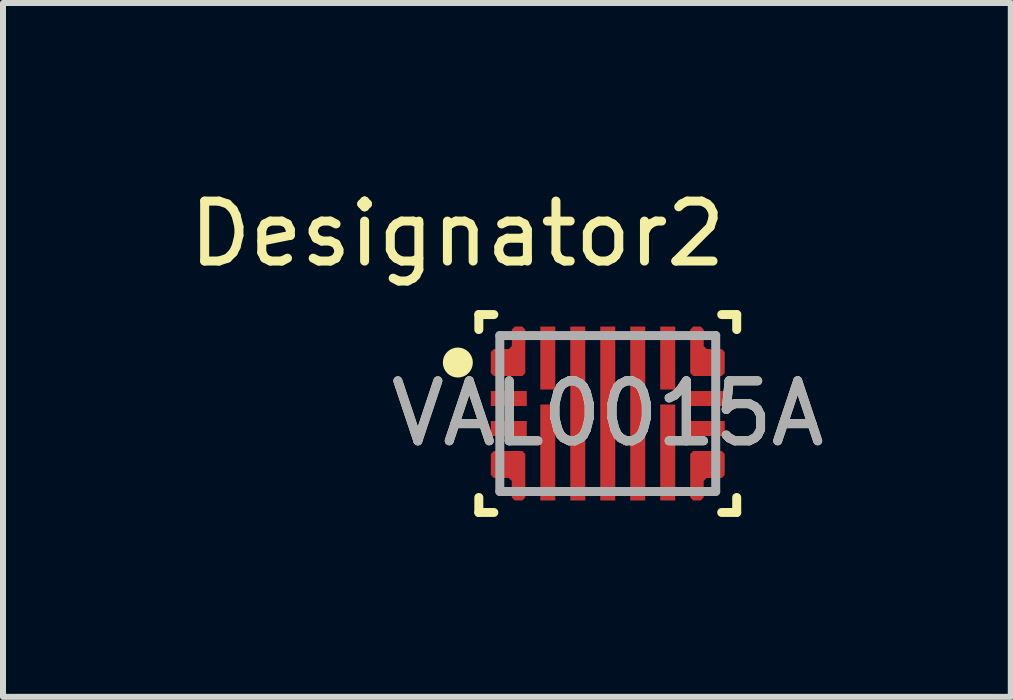
<source format=kicad_pcb>
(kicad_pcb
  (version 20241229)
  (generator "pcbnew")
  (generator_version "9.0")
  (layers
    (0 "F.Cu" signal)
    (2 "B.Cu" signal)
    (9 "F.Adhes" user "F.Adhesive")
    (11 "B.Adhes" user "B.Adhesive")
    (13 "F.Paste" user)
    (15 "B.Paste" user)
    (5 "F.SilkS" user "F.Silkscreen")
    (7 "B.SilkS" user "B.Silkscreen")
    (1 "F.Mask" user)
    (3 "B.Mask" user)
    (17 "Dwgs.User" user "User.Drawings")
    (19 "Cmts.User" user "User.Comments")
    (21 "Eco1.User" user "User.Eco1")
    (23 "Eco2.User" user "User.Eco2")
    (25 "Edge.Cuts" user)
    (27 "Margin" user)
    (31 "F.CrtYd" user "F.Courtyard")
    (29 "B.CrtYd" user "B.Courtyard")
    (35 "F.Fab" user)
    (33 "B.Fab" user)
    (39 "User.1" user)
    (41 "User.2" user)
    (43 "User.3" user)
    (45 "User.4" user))
  (footprint "VAL0015A"
    (layer "F.Cu")
    (at 7.084 3.845)
    (property "Reference" "VAL0015A" (at 0 0 0) (unlocked yes) (layer "F.SilkS") (effects (font (size 1 1) (thickness 0.15))))
    (attr smd)
    (fp_poly (pts (xy -1.9 -0.625) (xy -1.95 -0.675) (xy -1.95 -1.025) (xy -1.9 -1.075) (xy -1.65 -1.075) (xy -1.6 -1.125) (xy -1.6 -1.4) (xy -1.55 -1.45) (xy -1.425 -1.45) (xy -1.375 -1.4) (xy -1.375 -0.675) (xy -1.425 -0.625)) (stroke (width 0) (type solid)) (fill yes) (layer "F.Cu"))
    (fp_poly (pts (xy -1.9 0.625) (xy -1.95 0.675) (xy -1.95 1.025) (xy -1.9 1.075) (xy -1.65 1.075) (xy -1.6 1.125) (xy -1.6 1.4) (xy -1.55 1.45) (xy -1.425 1.45) (xy -1.375 1.4) (xy -1.375 0.675) (xy -1.425 0.625)) (stroke (width 0) (type solid)) (fill yes) (layer "F.Cu"))
    (fp_poly (pts (xy 1.9 -0.625) (xy 1.95 -0.675) (xy 1.95 -1.025) (xy 1.9 -1.075) (xy 1.65 -1.075) (xy 1.6 -1.125) (xy 1.6 -1.4) (xy 1.55 -1.45) (xy 1.425 -1.45) (xy 1.375 -1.4) (xy 1.375 -0.675) (xy 1.425 -0.625)) (stroke (width 0) (type solid)) (fill yes) (layer "F.Cu"))
    (fp_poly (pts (xy 1.9 0.625) (xy 1.95 0.675) (xy 1.95 1.025) (xy 1.9 1.075) (xy 1.65 1.075) (xy 1.6 1.125) (xy 1.6 1.4) (xy 1.55 1.45) (xy 1.425 1.45) (xy 1.375 1.4) (xy 1.375 0.675) (xy 1.425 0.625)) (stroke (width 0) (type solid)) (fill yes) (layer "F.Cu"))
    (fp_poly (pts (xy -1.9 -0.625) (xy -1.95 -0.675) (xy -1.95 -1.025) (xy -1.9 -1.075) (xy -1.65 -1.075) (xy -1.6 -1.125) (xy -1.6 -1.4) (xy -1.55 -1.45) (xy -1.425 -1.45) (xy -1.375 -1.4) (xy -1.375 -0.675) (xy -1.425 -0.625)) (stroke (width 0) (type solid)) (fill yes) (layer "F.Mask"))
    (fp_poly (pts (xy -1.9 0.625) (xy -1.95 0.675) (xy -1.95 1.025) (xy -1.9 1.075) (xy -1.65 1.075) (xy -1.6 1.125) (xy -1.6 1.4) (xy -1.55 1.45) (xy -1.425 1.45) (xy -1.375 1.4) (xy -1.375 0.675) (xy -1.425 0.625)) (stroke (width 0) (type solid)) (fill yes) (layer "F.Mask"))
    (fp_poly (pts (xy 1.9 -0.625) (xy 1.95 -0.675) (xy 1.95 -1.025) (xy 1.9 -1.075) (xy 1.65 -1.075) (xy 1.6 -1.125) (xy 1.6 -1.4) (xy 1.55 -1.45) (xy 1.425 -1.45) (xy 1.375 -1.4) (xy 1.375 -0.675) (xy 1.425 -0.625)) (stroke (width 0) (type solid)) (fill yes) (layer "F.Mask"))
    (fp_poly (pts (xy 1.9 0.625) (xy 1.95 0.675) (xy 1.95 1.025) (xy 1.9 1.075) (xy 1.65 1.075) (xy 1.6 1.125) (xy 1.6 1.4) (xy 1.55 1.45) (xy 1.425 1.45) (xy 1.375 1.4) (xy 1.375 0.675) (xy 1.425 0.625)) (stroke (width 0) (type solid)) (fill yes) (layer "F.Mask"))
    (fp_line (start -2.15 -1.65) (end -1.9 -1.65) (stroke (width 0.15) (type solid)) (layer "F.SilkS"))
    (fp_line (start -2.15 -1.4) (end -2.15 -1.65) (stroke (width 0.15) (type solid)) (layer "F.SilkS"))
    (fp_line (start -2.15 1.65) (end -2.15 1.4) (stroke (width 0.15) (type solid)) (layer "F.SilkS"))
    (fp_line (start -2.15 1.65) (end -1.9 1.65) (stroke (width 0.15) (type solid)) (layer "F.SilkS"))
    (fp_line (start 1.9 -1.65) (end 2.15 -1.65) (stroke (width 0.15) (type solid)) (layer "F.SilkS"))
    (fp_line (start 1.9 1.65) (end 2.15 1.65) (stroke (width 0.15) (type solid)) (layer "F.SilkS"))
    (fp_line (start 2.15 -1.4) (end 2.15 -1.65) (stroke (width 0.15) (type solid)) (layer "F.SilkS"))
    (fp_line (start 2.15 1.65) (end 2.15 1.4) (stroke (width 0.15) (type solid)) (layer "F.SilkS"))
    (fp_circle (center -2.5 -0.85) (end -2.375 -0.85) (stroke (width 0.25) (type solid)) (fill no) (layer "F.SilkS"))
    (fp_poly (pts (xy -1.9 -0.625) (xy -1.95 -0.675) (xy -1.95 -1.025) (xy -1.9 -1.075) (xy -1.65 -1.075) (xy -1.6 -1.125) (xy -1.6 -1.4) (xy -1.55 -1.45) (xy -1.425 -1.45) (xy -1.375 -1.4) (xy -1.375 -0.675) (xy -1.425 -0.625)) (stroke (width 0) (type solid)) (fill yes) (layer "F.Paste"))
    (fp_poly (pts (xy -1.9 0.625) (xy -1.95 0.675) (xy -1.95 1.025) (xy -1.9 1.075) (xy -1.65 1.075) (xy -1.6 1.125) (xy -1.6 1.4) (xy -1.55 1.45) (xy -1.425 1.45) (xy -1.375 1.4) (xy -1.375 0.675) (xy -1.425 0.625)) (stroke (width 0) (type solid)) (fill yes) (layer "F.Paste"))
    (fp_poly (pts (xy 1.9 -0.625) (xy 1.95 -0.675) (xy 1.95 -1.025) (xy 1.9 -1.075) (xy 1.65 -1.075) (xy 1.6 -1.125) (xy 1.6 -1.4) (xy 1.55 -1.45) (xy 1.425 -1.45) (xy 1.375 -1.4) (xy 1.375 -0.675) (xy 1.425 -0.625)) (stroke (width 0) (type solid)) (fill yes) (layer "F.Paste"))
    (fp_poly (pts (xy 1.9 0.625) (xy 1.95 0.675) (xy 1.95 1.025) (xy 1.9 1.075) (xy 1.65 1.075) (xy 1.6 1.125) (xy 1.6 1.4) (xy 1.55 1.45) (xy 1.425 1.45) (xy 1.375 1.4) (xy 1.375 0.675) (xy 1.425 0.625)) (stroke (width 0) (type solid)) (fill yes) (layer "F.Paste"))
    (fp_line (start -1.8 -1.3) (end 1.8 -1.3) (stroke (width 0.15) (type solid)) (layer "F.Fab"))
    (fp_line (start -1.8 1.3) (end -1.8 -1.3) (stroke (width 0.15) (type solid)) (layer "F.Fab"))
    (fp_line (start -1.8 1.3) (end 1.8 1.3) (stroke (width 0.15) (type solid)) (layer "F.Fab"))
    (fp_line (start 1.8 1.3) (end 1.8 -1.3) (stroke (width 0.15) (type solid)) (layer "F.Fab"))
    (fp_text user "Designator2" (at -2.507 -2.997 0) (unlocked yes) (layer "F.SilkS") (effects (font (size 1 1) (thickness 0.15))))
    (fp_text user "${REFERENCE}" (at 0 0 0) (unlocked yes) (layer "F.Fab") (effects (font (size 1 1) (thickness 0.15))))
    (pad "1" smd circle (at -1.591 -0.841) (size 0.388 0.388) (layers "F.Cu" "F.Mask" "F.Paste"))
    (pad "2" smd rect (at -1.65 -0.25) (size 0.6 0.25) (layers "F.Cu" "F.Mask" "F.Paste"))
    (pad "3" smd rect (at -1.65 0.25) (size 0.6 0.25) (layers "F.Cu" "F.Mask" "F.Paste"))
    (pad "4" smd circle (at -1.698 0.839) (size 0.388 0.388) (layers "F.Cu" "F.Mask" "F.Paste"))
    (pad "5" smd rect (at -1 0.65) (size 0.25 1.6) (layers "F.Cu" "F.Mask" "F.Paste"))
    (pad "6" smd rect (at -0.5 0) (size 0.25 2.9) (layers "F.Cu" "F.Mask" "F.Paste"))
    (pad "7" smd rect (at 0 0) (size 0.25 2.9) (layers "F.Cu" "F.Mask" "F.Paste"))
    (pad "8" smd rect (at 0.5 0) (size 0.25 2.9) (layers "F.Cu" "F.Mask" "F.Paste"))
    (pad "9" smd rect (at 1 0.65) (size 0.25 1.6) (layers "F.Cu" "F.Mask" "F.Paste"))
    (pad "10" smd circle (at 1.698 0.839) (size 0.388 0.388) (layers "F.Cu" "F.Mask" "F.Paste"))
    (pad "11" smd rect (at 1.65 0.25) (size 0.6 0.25) (layers "F.Cu" "F.Mask" "F.Paste"))
    (pad "12" smd rect (at 1.65 -0.25) (size 0.6 0.25) (layers "F.Cu" "F.Mask" "F.Paste"))
    (pad "13" smd circle (at 1.734 -0.841) (size 0.388 0.388) (layers "F.Cu" "F.Mask" "F.Paste"))
    (pad "14" smd rect (at 1 -0.925) (size 0.25 1.05) (layers "F.Cu" "F.Mask" "F.Paste"))
    (pad "15" smd rect (at -1 -0.925) (size 0.25 1.05) (layers "F.Cu" "F.Mask" "F.Paste")))
  (gr_rect
    (start -3 -3)
    (end 13.804 8.57)
    (stroke (width 0.1) (type default))
    (fill no)
    (layer "Edge.Cuts")))
</source>
